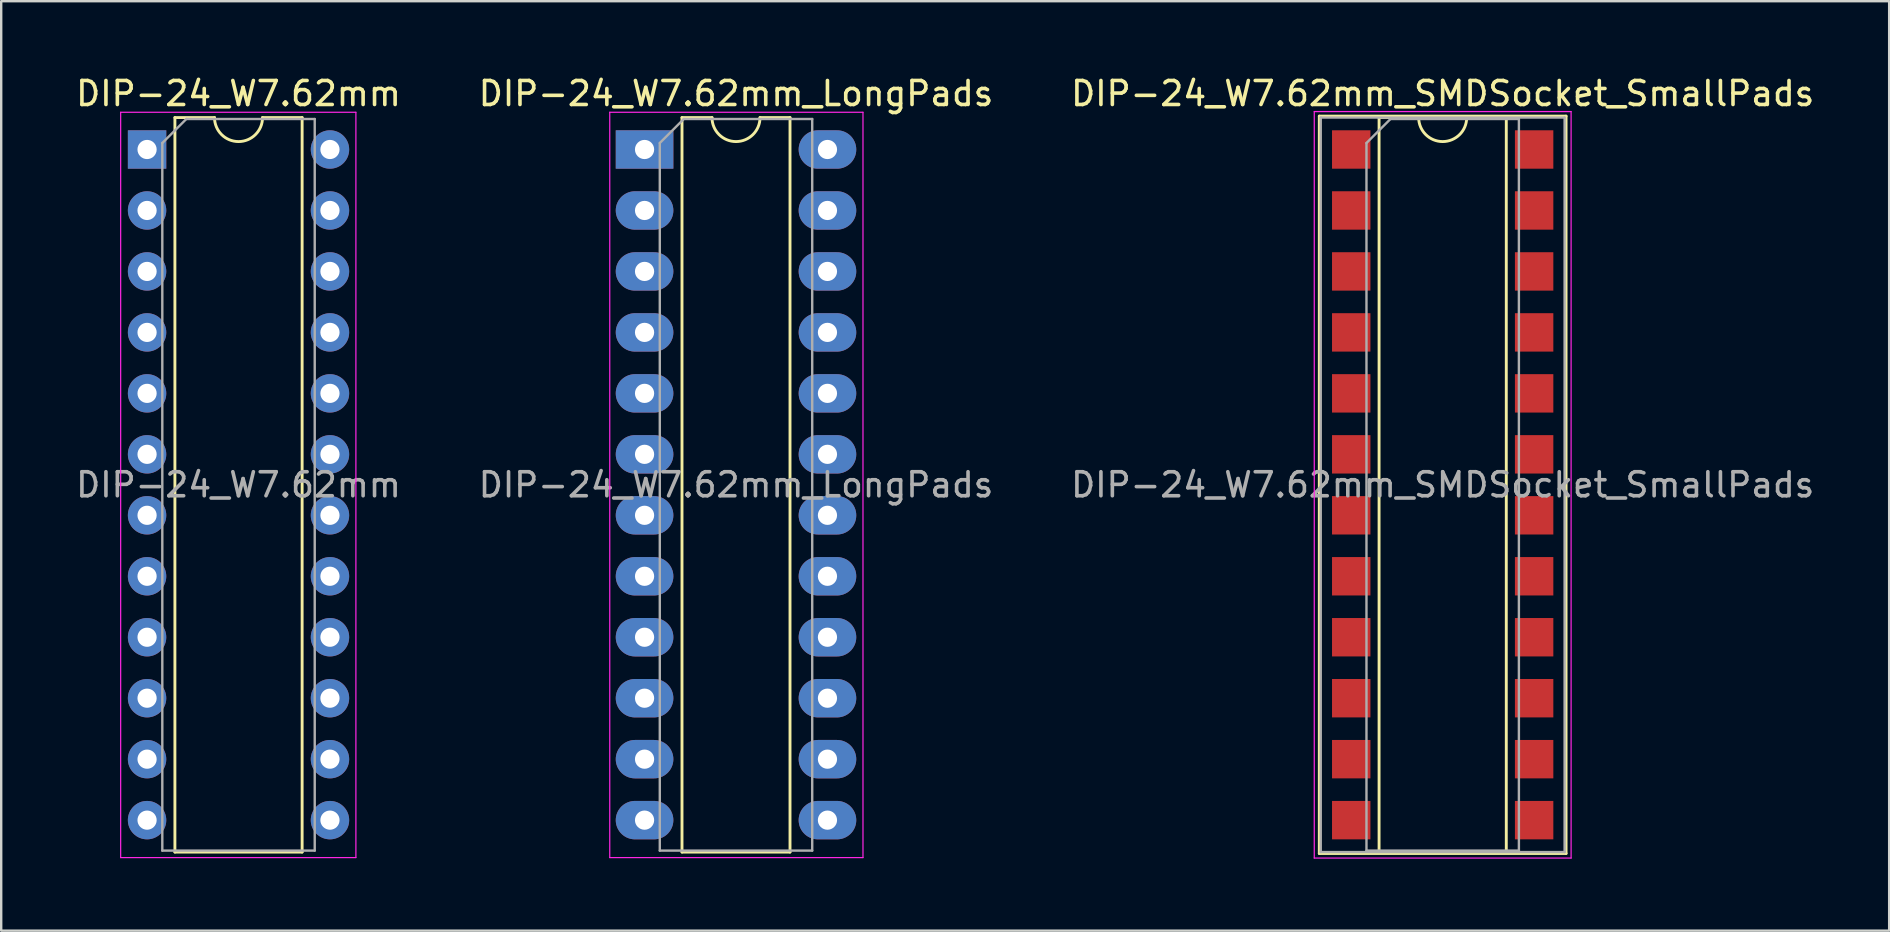
<source format=kicad_pcb>
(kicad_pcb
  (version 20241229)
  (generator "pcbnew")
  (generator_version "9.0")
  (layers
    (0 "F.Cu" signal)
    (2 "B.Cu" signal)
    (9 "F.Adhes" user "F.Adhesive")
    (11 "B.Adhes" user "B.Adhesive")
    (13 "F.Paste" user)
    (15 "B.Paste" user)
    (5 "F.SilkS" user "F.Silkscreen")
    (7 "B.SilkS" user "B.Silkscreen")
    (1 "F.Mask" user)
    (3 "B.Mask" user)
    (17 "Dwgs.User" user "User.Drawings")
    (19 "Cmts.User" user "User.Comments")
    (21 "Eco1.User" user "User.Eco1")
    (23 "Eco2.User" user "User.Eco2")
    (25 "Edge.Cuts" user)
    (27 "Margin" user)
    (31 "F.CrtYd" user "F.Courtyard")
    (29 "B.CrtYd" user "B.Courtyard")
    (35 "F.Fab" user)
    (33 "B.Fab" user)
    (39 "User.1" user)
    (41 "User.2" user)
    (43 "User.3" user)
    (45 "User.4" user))
  (footprint "DIP-24_W7.62mm_LongPads"
    (layer "F.Cu")
    (at 23.803 3.178)
    (property "Reference" "DIP-24_W7.62mm_LongPads" (at 3.81 -2.33 0) (layer "F.SilkS") (effects (font (size 1 1) (thickness 0.15))))
    (attr through_hole)
    (fp_line (start 1.56 -1.33) (end 1.56 29.27) (stroke (width 0.12) (type solid)) (layer "F.SilkS"))
    (fp_line (start 1.56 29.27) (end 6.06 29.27) (stroke (width 0.12) (type solid)) (layer "F.SilkS"))
    (fp_line (start 2.81 -1.33) (end 1.56 -1.33) (stroke (width 0.12) (type solid)) (layer "F.SilkS"))
    (fp_line (start 6.06 -1.33) (end 4.81 -1.33) (stroke (width 0.12) (type solid)) (layer "F.SilkS"))
    (fp_line (start 6.06 29.27) (end 6.06 -1.33) (stroke (width 0.12) (type solid)) (layer "F.SilkS"))
    (fp_arc (start 4.81 -1.33) (mid 3.81 -0.33) (end 2.81 -1.33) (stroke (width 0.12) (type solid)) (layer "F.SilkS"))
    (fp_line (start -1.45 -1.55) (end -1.45 29.5) (stroke (width 0.05) (type solid)) (layer "F.CrtYd"))
    (fp_line (start -1.45 29.5) (end 9.1 29.5) (stroke (width 0.05) (type solid)) (layer "F.CrtYd"))
    (fp_line (start 9.1 -1.55) (end -1.45 -1.55) (stroke (width 0.05) (type solid)) (layer "F.CrtYd"))
    (fp_line (start 9.1 29.5) (end 9.1 -1.55) (stroke (width 0.05) (type solid)) (layer "F.CrtYd"))
    (fp_line (start 0.635 -0.27) (end 1.635 -1.27) (stroke (width 0.1) (type solid)) (layer "F.Fab"))
    (fp_line (start 0.635 29.21) (end 0.635 -0.27) (stroke (width 0.1) (type solid)) (layer "F.Fab"))
    (fp_line (start 1.635 -1.27) (end 6.985 -1.27) (stroke (width 0.1) (type solid)) (layer "F.Fab"))
    (fp_line (start 6.985 -1.27) (end 6.985 29.21) (stroke (width 0.1) (type solid)) (layer "F.Fab"))
    (fp_line (start 6.985 29.21) (end 0.635 29.21) (stroke (width 0.1) (type solid)) (layer "F.Fab"))
    (fp_text user "${REFERENCE}" (at 3.81 13.97 0) (layer "F.Fab") (effects (font (size 1 1) (thickness 0.15))))
    (pad "1" thru_hole rect (at 0 0) (size 2.4 1.6) (drill 0.8) (layers "*.Cu" "*.Mask"))
    (pad "2" thru_hole oval (at 0 2.54) (size 2.4 1.6) (drill 0.8) (layers "*.Cu" "*.Mask"))
    (pad "3" thru_hole oval (at 0 5.08) (size 2.4 1.6) (drill 0.8) (layers "*.Cu" "*.Mask"))
    (pad "4" thru_hole oval (at 0 7.62) (size 2.4 1.6) (drill 0.8) (layers "*.Cu" "*.Mask"))
    (pad "5" thru_hole oval (at 0 10.16) (size 2.4 1.6) (drill 0.8) (layers "*.Cu" "*.Mask"))
    (pad "6" thru_hole oval (at 0 12.7) (size 2.4 1.6) (drill 0.8) (layers "*.Cu" "*.Mask"))
    (pad "7" thru_hole oval (at 0 15.24) (size 2.4 1.6) (drill 0.8) (layers "*.Cu" "*.Mask"))
    (pad "8" thru_hole oval (at 0 17.78) (size 2.4 1.6) (drill 0.8) (layers "*.Cu" "*.Mask"))
    (pad "9" thru_hole oval (at 0 20.32) (size 2.4 1.6) (drill 0.8) (layers "*.Cu" "*.Mask"))
    (pad "10" thru_hole oval (at 0 22.86) (size 2.4 1.6) (drill 0.8) (layers "*.Cu" "*.Mask"))
    (pad "11" thru_hole oval (at 0 25.4) (size 2.4 1.6) (drill 0.8) (layers "*.Cu" "*.Mask"))
    (pad "12" thru_hole oval (at 0 27.94) (size 2.4 1.6) (drill 0.8) (layers "*.Cu" "*.Mask"))
    (pad "13" thru_hole oval (at 7.62 27.94) (size 2.4 1.6) (drill 0.8) (layers "*.Cu" "*.Mask"))
    (pad "14" thru_hole oval (at 7.62 25.4) (size 2.4 1.6) (drill 0.8) (layers "*.Cu" "*.Mask"))
    (pad "15" thru_hole oval (at 7.62 22.86) (size 2.4 1.6) (drill 0.8) (layers "*.Cu" "*.Mask"))
    (pad "16" thru_hole oval (at 7.62 20.32) (size 2.4 1.6) (drill 0.8) (layers "*.Cu" "*.Mask"))
    (pad "17" thru_hole oval (at 7.62 17.78) (size 2.4 1.6) (drill 0.8) (layers "*.Cu" "*.Mask"))
    (pad "18" thru_hole oval (at 7.62 15.24) (size 2.4 1.6) (drill 0.8) (layers "*.Cu" "*.Mask"))
    (pad "19" thru_hole oval (at 7.62 12.7) (size 2.4 1.6) (drill 0.8) (layers "*.Cu" "*.Mask"))
    (pad "20" thru_hole oval (at 7.62 10.16) (size 2.4 1.6) (drill 0.8) (layers "*.Cu" "*.Mask"))
    (pad "21" thru_hole oval (at 7.62 7.62) (size 2.4 1.6) (drill 0.8) (layers "*.Cu" "*.Mask"))
    (pad "22" thru_hole oval (at 7.62 5.08) (size 2.4 1.6) (drill 0.8) (layers "*.Cu" "*.Mask"))
    (pad "23" thru_hole oval (at 7.62 2.54) (size 2.4 1.6) (drill 0.8) (layers "*.Cu" "*.Mask"))
    (pad "24" thru_hole oval (at 7.62 0) (size 2.4 1.6) (drill 0.8) (layers "*.Cu" "*.Mask")))
  (footprint "DIP-24_W7.62mm"
    (layer "F.Cu")
    (at 3.077 3.178)
    (property "Reference" "DIP-24_W7.62mm" (at 3.81 -2.33 0) (layer "F.SilkS") (effects (font (size 1 1) (thickness 0.15))))
    (attr through_hole)
    (fp_line (start 1.16 -1.33) (end 1.16 29.27) (stroke (width 0.12) (type solid)) (layer "F.SilkS"))
    (fp_line (start 1.16 29.27) (end 6.46 29.27) (stroke (width 0.12) (type solid)) (layer "F.SilkS"))
    (fp_line (start 2.81 -1.33) (end 1.16 -1.33) (stroke (width 0.12) (type solid)) (layer "F.SilkS"))
    (fp_line (start 6.46 -1.33) (end 4.81 -1.33) (stroke (width 0.12) (type solid)) (layer "F.SilkS"))
    (fp_line (start 6.46 29.27) (end 6.46 -1.33) (stroke (width 0.12) (type solid)) (layer "F.SilkS"))
    (fp_arc (start 4.81 -1.33) (mid 3.81 -0.33) (end 2.81 -1.33) (stroke (width 0.12) (type solid)) (layer "F.SilkS"))
    (fp_line (start -1.1 -1.55) (end -1.1 29.5) (stroke (width 0.05) (type solid)) (layer "F.CrtYd"))
    (fp_line (start -1.1 29.5) (end 8.7 29.5) (stroke (width 0.05) (type solid)) (layer "F.CrtYd"))
    (fp_line (start 8.7 -1.55) (end -1.1 -1.55) (stroke (width 0.05) (type solid)) (layer "F.CrtYd"))
    (fp_line (start 8.7 29.5) (end 8.7 -1.55) (stroke (width 0.05) (type solid)) (layer "F.CrtYd"))
    (fp_line (start 0.635 -0.27) (end 1.635 -1.27) (stroke (width 0.1) (type solid)) (layer "F.Fab"))
    (fp_line (start 0.635 29.21) (end 0.635 -0.27) (stroke (width 0.1) (type solid)) (layer "F.Fab"))
    (fp_line (start 1.635 -1.27) (end 6.985 -1.27) (stroke (width 0.1) (type solid)) (layer "F.Fab"))
    (fp_line (start 6.985 -1.27) (end 6.985 29.21) (stroke (width 0.1) (type solid)) (layer "F.Fab"))
    (fp_line (start 6.985 29.21) (end 0.635 29.21) (stroke (width 0.1) (type solid)) (layer "F.Fab"))
    (fp_text user "${REFERENCE}" (at 3.81 13.97 0) (layer "F.Fab") (effects (font (size 1 1) (thickness 0.15))))
    (pad "1" thru_hole rect (at 0 0) (size 1.6 1.6) (drill 0.8) (layers "*.Cu" "*.Mask"))
    (pad "2" thru_hole oval (at 0 2.54) (size 1.6 1.6) (drill 0.8) (layers "*.Cu" "*.Mask"))
    (pad "3" thru_hole oval (at 0 5.08) (size 1.6 1.6) (drill 0.8) (layers "*.Cu" "*.Mask"))
    (pad "4" thru_hole oval (at 0 7.62) (size 1.6 1.6) (drill 0.8) (layers "*.Cu" "*.Mask"))
    (pad "5" thru_hole oval (at 0 10.16) (size 1.6 1.6) (drill 0.8) (layers "*.Cu" "*.Mask"))
    (pad "6" thru_hole oval (at 0 12.7) (size 1.6 1.6) (drill 0.8) (layers "*.Cu" "*.Mask"))
    (pad "7" thru_hole oval (at 0 15.24) (size 1.6 1.6) (drill 0.8) (layers "*.Cu" "*.Mask"))
    (pad "8" thru_hole oval (at 0 17.78) (size 1.6 1.6) (drill 0.8) (layers "*.Cu" "*.Mask"))
    (pad "9" thru_hole oval (at 0 20.32) (size 1.6 1.6) (drill 0.8) (layers "*.Cu" "*.Mask"))
    (pad "10" thru_hole oval (at 0 22.86) (size 1.6 1.6) (drill 0.8) (layers "*.Cu" "*.Mask"))
    (pad "11" thru_hole oval (at 0 25.4) (size 1.6 1.6) (drill 0.8) (layers "*.Cu" "*.Mask"))
    (pad "12" thru_hole oval (at 0 27.94) (size 1.6 1.6) (drill 0.8) (layers "*.Cu" "*.Mask"))
    (pad "13" thru_hole oval (at 7.62 27.94) (size 1.6 1.6) (drill 0.8) (layers "*.Cu" "*.Mask"))
    (pad "14" thru_hole oval (at 7.62 25.4) (size 1.6 1.6) (drill 0.8) (layers "*.Cu" "*.Mask"))
    (pad "15" thru_hole oval (at 7.62 22.86) (size 1.6 1.6) (drill 0.8) (layers "*.Cu" "*.Mask"))
    (pad "16" thru_hole oval (at 7.62 20.32) (size 1.6 1.6) (drill 0.8) (layers "*.Cu" "*.Mask"))
    (pad "17" thru_hole oval (at 7.62 17.78) (size 1.6 1.6) (drill 0.8) (layers "*.Cu" "*.Mask"))
    (pad "18" thru_hole oval (at 7.62 15.24) (size 1.6 1.6) (drill 0.8) (layers "*.Cu" "*.Mask"))
    (pad "19" thru_hole oval (at 7.62 12.7) (size 1.6 1.6) (drill 0.8) (layers "*.Cu" "*.Mask"))
    (pad "20" thru_hole oval (at 7.62 10.16) (size 1.6 1.6) (drill 0.8) (layers "*.Cu" "*.Mask"))
    (pad "21" thru_hole oval (at 7.62 7.62) (size 1.6 1.6) (drill 0.8) (layers "*.Cu" "*.Mask"))
    (pad "22" thru_hole oval (at 7.62 5.08) (size 1.6 1.6) (drill 0.8) (layers "*.Cu" "*.Mask"))
    (pad "23" thru_hole oval (at 7.62 2.54) (size 1.6 1.6) (drill 0.8) (layers "*.Cu" "*.Mask"))
    (pad "24" thru_hole oval (at 7.62 0) (size 1.6 1.6) (drill 0.8) (layers "*.Cu" "*.Mask")))
  (footprint "DIP-24_W7.62mm_SMDSocket_SmallPads"
    (layer "F.Cu")
    (at 57.054 17.148)
    (property "Reference" "DIP-24_W7.62mm_SMDSocket_SmallPads" (at 0 -16.3 0) (layer "F.SilkS") (effects (font (size 1 1) (thickness 0.15))))
    (attr smd)
    (fp_line (start -5.14 -15.36) (end -5.14 15.36) (stroke (width 0.12) (type solid)) (layer "F.SilkS"))
    (fp_line (start -5.14 15.36) (end 5.14 15.36) (stroke (width 0.12) (type solid)) (layer "F.SilkS"))
    (fp_line (start -2.65 -15.3) (end -2.65 15.3) (stroke (width 0.12) (type solid)) (layer "F.SilkS"))
    (fp_line (start -2.65 15.3) (end 2.65 15.3) (stroke (width 0.12) (type solid)) (layer "F.SilkS"))
    (fp_line (start -1 -15.3) (end -2.65 -15.3) (stroke (width 0.12) (type solid)) (layer "F.SilkS"))
    (fp_line (start 2.65 -15.3) (end 1 -15.3) (stroke (width 0.12) (type solid)) (layer "F.SilkS"))
    (fp_line (start 2.65 15.3) (end 2.65 -15.3) (stroke (width 0.12) (type solid)) (layer "F.SilkS"))
    (fp_line (start 5.14 -15.36) (end -5.14 -15.36) (stroke (width 0.12) (type solid)) (layer "F.SilkS"))
    (fp_line (start 5.14 15.36) (end 5.14 -15.36) (stroke (width 0.12) (type solid)) (layer "F.SilkS"))
    (fp_arc (start 1 -15.3) (mid 0 -14.3) (end -1 -15.3) (stroke (width 0.12) (type solid)) (layer "F.SilkS"))
    (fp_line (start -5.35 -15.55) (end -5.35 15.55) (stroke (width 0.05) (type solid)) (layer "F.CrtYd"))
    (fp_line (start -5.35 15.55) (end 5.35 15.55) (stroke (width 0.05) (type solid)) (layer "F.CrtYd"))
    (fp_line (start 5.35 -15.55) (end -5.35 -15.55) (stroke (width 0.05) (type solid)) (layer "F.CrtYd"))
    (fp_line (start 5.35 15.55) (end 5.35 -15.55) (stroke (width 0.05) (type solid)) (layer "F.CrtYd"))
    (fp_line (start -5.08 -15.3) (end -5.08 15.3) (stroke (width 0.1) (type solid)) (layer "F.Fab"))
    (fp_line (start -5.08 15.3) (end 5.08 15.3) (stroke (width 0.1) (type solid)) (layer "F.Fab"))
    (fp_line (start -3.175 -14.24) (end -2.175 -15.24) (stroke (width 0.1) (type solid)) (layer "F.Fab"))
    (fp_line (start -3.175 15.24) (end -3.175 -14.24) (stroke (width 0.1) (type solid)) (layer "F.Fab"))
    (fp_line (start -2.175 -15.24) (end 3.175 -15.24) (stroke (width 0.1) (type solid)) (layer "F.Fab"))
    (fp_line (start 3.175 -15.24) (end 3.175 15.24) (stroke (width 0.1) (type solid)) (layer "F.Fab"))
    (fp_line (start 3.175 15.24) (end -3.175 15.24) (stroke (width 0.1) (type solid)) (layer "F.Fab"))
    (fp_line (start 5.08 -15.3) (end -5.08 -15.3) (stroke (width 0.1) (type solid)) (layer "F.Fab"))
    (fp_line (start 5.08 15.3) (end 5.08 -15.3) (stroke (width 0.1) (type solid)) (layer "F.Fab"))
    (fp_text user "${REFERENCE}" (at 0 0 0) (layer "F.Fab") (effects (font (size 1 1) (thickness 0.15))))
    (pad "1" smd rect (at -3.81 -13.97) (size 1.6 1.6) (layers "F.Cu" "F.Mask" "F.Paste"))
    (pad "2" smd rect (at -3.81 -11.43) (size 1.6 1.6) (layers "F.Cu" "F.Mask" "F.Paste"))
    (pad "3" smd rect (at -3.81 -8.89) (size 1.6 1.6) (layers "F.Cu" "F.Mask" "F.Paste"))
    (pad "4" smd rect (at -3.81 -6.35) (size 1.6 1.6) (layers "F.Cu" "F.Mask" "F.Paste"))
    (pad "5" smd rect (at -3.81 -3.81) (size 1.6 1.6) (layers "F.Cu" "F.Mask" "F.Paste"))
    (pad "6" smd rect (at -3.81 -1.27) (size 1.6 1.6) (layers "F.Cu" "F.Mask" "F.Paste"))
    (pad "7" smd rect (at -3.81 1.27) (size 1.6 1.6) (layers "F.Cu" "F.Mask" "F.Paste"))
    (pad "8" smd rect (at -3.81 3.81) (size 1.6 1.6) (layers "F.Cu" "F.Mask" "F.Paste"))
    (pad "9" smd rect (at -3.81 6.35) (size 1.6 1.6) (layers "F.Cu" "F.Mask" "F.Paste"))
    (pad "10" smd rect (at -3.81 8.89) (size 1.6 1.6) (layers "F.Cu" "F.Mask" "F.Paste"))
    (pad "11" smd rect (at -3.81 11.43) (size 1.6 1.6) (layers "F.Cu" "F.Mask" "F.Paste"))
    (pad "12" smd rect (at -3.81 13.97) (size 1.6 1.6) (layers "F.Cu" "F.Mask" "F.Paste"))
    (pad "13" smd rect (at 3.81 13.97) (size 1.6 1.6) (layers "F.Cu" "F.Mask" "F.Paste"))
    (pad "14" smd rect (at 3.81 11.43) (size 1.6 1.6) (layers "F.Cu" "F.Mask" "F.Paste"))
    (pad "15" smd rect (at 3.81 8.89) (size 1.6 1.6) (layers "F.Cu" "F.Mask" "F.Paste"))
    (pad "16" smd rect (at 3.81 6.35) (size 1.6 1.6) (layers "F.Cu" "F.Mask" "F.Paste"))
    (pad "17" smd rect (at 3.81 3.81) (size 1.6 1.6) (layers "F.Cu" "F.Mask" "F.Paste"))
    (pad "18" smd rect (at 3.81 1.27) (size 1.6 1.6) (layers "F.Cu" "F.Mask" "F.Paste"))
    (pad "19" smd rect (at 3.81 -1.27) (size 1.6 1.6) (layers "F.Cu" "F.Mask" "F.Paste"))
    (pad "20" smd rect (at 3.81 -3.81) (size 1.6 1.6) (layers "F.Cu" "F.Mask" "F.Paste"))
    (pad "21" smd rect (at 3.81 -6.35) (size 1.6 1.6) (layers "F.Cu" "F.Mask" "F.Paste"))
    (pad "22" smd rect (at 3.81 -8.89) (size 1.6 1.6) (layers "F.Cu" "F.Mask" "F.Paste"))
    (pad "23" smd rect (at 3.81 -11.43) (size 1.6 1.6) (layers "F.Cu" "F.Mask" "F.Paste"))
    (pad "24" smd rect (at 3.81 -13.97) (size 1.6 1.6) (layers "F.Cu" "F.Mask" "F.Paste")))
  (gr_rect
    (start -3 -3)
    (end 75.655 35.723)
    (stroke (width 0.1) (type default))
    (fill no)
    (layer "Edge.Cuts")))
</source>
